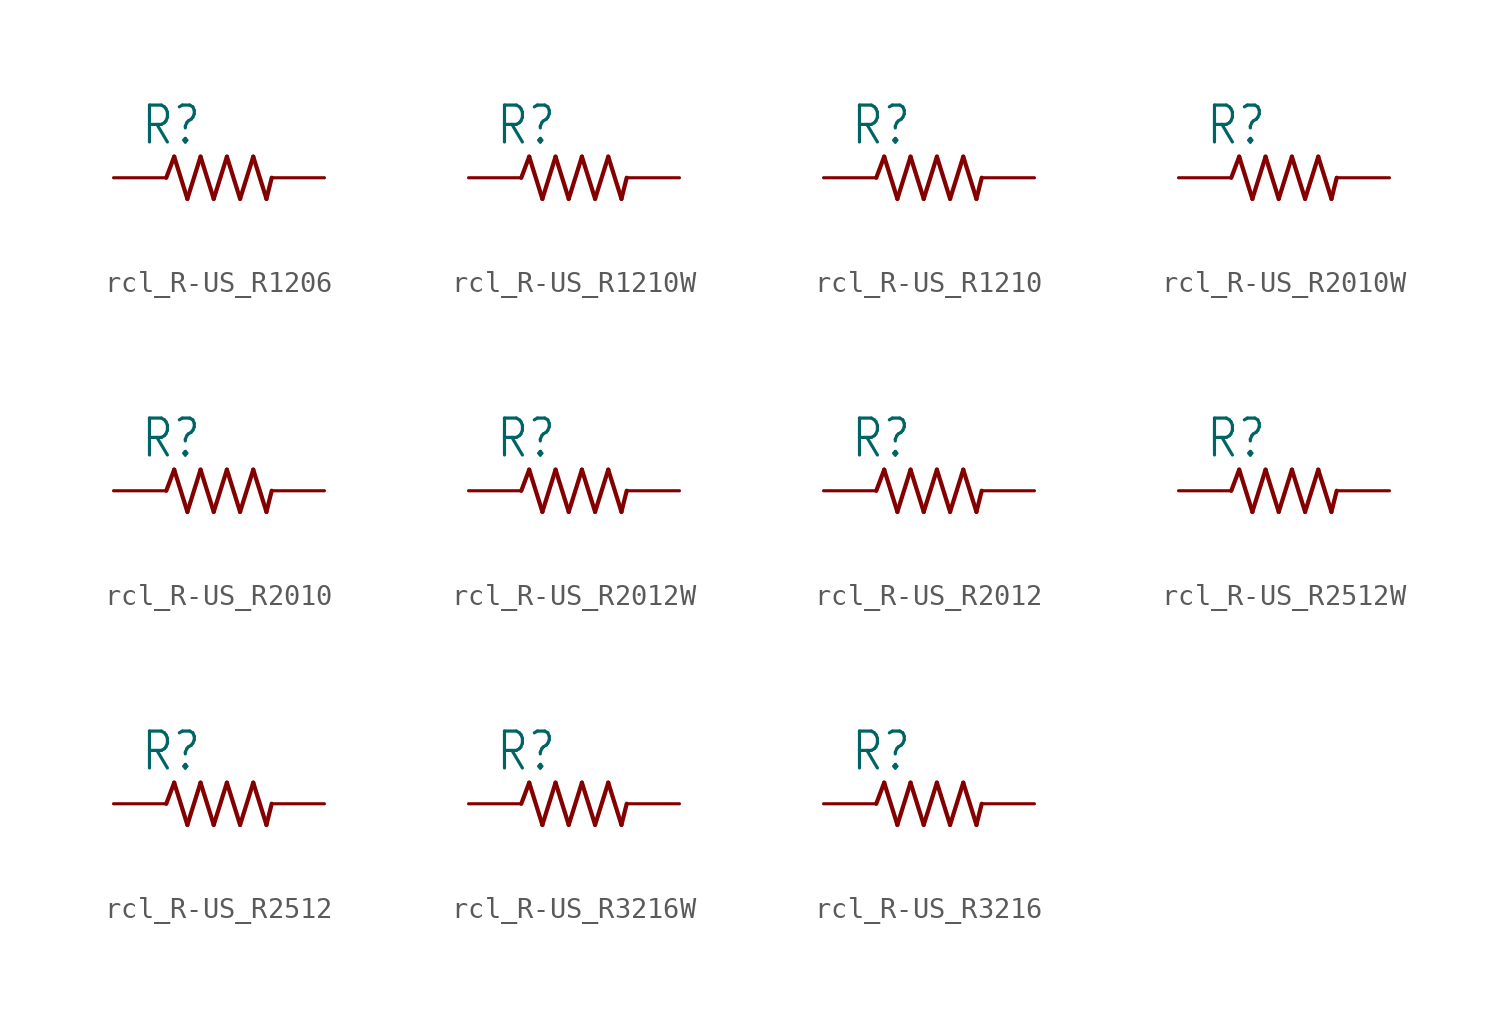
<source format=kicad_sym>
(kicad_symbol_lib
  (version 20231120)
  (generator "kicad_symbol_editor")
  (generator_version "8.0")
  (symbol "rcl_R-US_R1206"
    (property "Reference" "R"
      (at -3.81 1.499 0)
      (effects (font (size 1.778 1.511)) (justify left bottom)))
    (property "Value" ""
      (at -3.81 -3.302 0)
      (effects (font (size 1.778 1.511)) (justify left bottom)))
    (property "ki_locked" ""
      (at 0 0 0)
      (effects (font (size 1.27 1.27))))
    (symbol "rcl_R-US_R1206_1_0"
      (polyline (pts (xy -2.54 0) (xy -2.159 1.016)) (stroke (width 0.203) (type solid)) (fill (type none)))
      (polyline (pts (xy -2.159 1.016) (xy -1.524 -1.016)) (stroke (width 0.203) (type solid)) (fill (type none)))
      (polyline (pts (xy -1.524 -1.016) (xy -0.889 1.016)) (stroke (width 0.203) (type solid)) (fill (type none)))
      (polyline (pts (xy -0.889 1.016) (xy -0.254 -1.016)) (stroke (width 0.203) (type solid)) (fill (type none)))
      (polyline (pts (xy -0.254 -1.016) (xy 0.381 1.016)) (stroke (width 0.203) (type solid)) (fill (type none)))
      (polyline (pts (xy 0.381 1.016) (xy 1.016 -1.016)) (stroke (width 0.203) (type solid)) (fill (type none)))
      (polyline (pts (xy 1.016 -1.016) (xy 1.651 1.016)) (stroke (width 0.203) (type solid)) (fill (type none)))
      (polyline (pts (xy 1.651 1.016) (xy 2.286 -1.016)) (stroke (width 0.203) (type solid)) (fill (type none)))
      (polyline (pts (xy 2.286 -1.016) (xy 2.54 0)) (stroke (width 0.203) (type solid)) (fill (type none)))
      (pin passive line (at -5.08 0 0) (length 2.54) (name "1" (effects (font (size 0 0)))) (number "1" (effects (font (size 0 0)))))
      (pin passive line (at 5.08 0 180) (length 2.54) (name "2" (effects (font (size 0 0)))) (number "2" (effects (font (size 0 0)))))))
  (symbol "rcl_R-US_R1210W"
    (property "Reference" "R"
      (at -3.81 1.499 0)
      (effects (font (size 1.778 1.511)) (justify left bottom)))
    (property "Value" ""
      (at -3.81 -3.302 0)
      (effects (font (size 1.778 1.511)) (justify left bottom)))
    (property "ki_locked" ""
      (at 0 0 0)
      (effects (font (size 1.27 1.27))))
    (symbol "rcl_R-US_R1210W_1_0"
      (polyline (pts (xy -2.54 0) (xy -2.159 1.016)) (stroke (width 0.203) (type solid)) (fill (type none)))
      (polyline (pts (xy -2.159 1.016) (xy -1.524 -1.016)) (stroke (width 0.203) (type solid)) (fill (type none)))
      (polyline (pts (xy -1.524 -1.016) (xy -0.889 1.016)) (stroke (width 0.203) (type solid)) (fill (type none)))
      (polyline (pts (xy -0.889 1.016) (xy -0.254 -1.016)) (stroke (width 0.203) (type solid)) (fill (type none)))
      (polyline (pts (xy -0.254 -1.016) (xy 0.381 1.016)) (stroke (width 0.203) (type solid)) (fill (type none)))
      (polyline (pts (xy 0.381 1.016) (xy 1.016 -1.016)) (stroke (width 0.203) (type solid)) (fill (type none)))
      (polyline (pts (xy 1.016 -1.016) (xy 1.651 1.016)) (stroke (width 0.203) (type solid)) (fill (type none)))
      (polyline (pts (xy 1.651 1.016) (xy 2.286 -1.016)) (stroke (width 0.203) (type solid)) (fill (type none)))
      (polyline (pts (xy 2.286 -1.016) (xy 2.54 0)) (stroke (width 0.203) (type solid)) (fill (type none)))
      (pin passive line (at -5.08 0 0) (length 2.54) (name "1" (effects (font (size 0 0)))) (number "1" (effects (font (size 0 0)))))
      (pin passive line (at 5.08 0 180) (length 2.54) (name "2" (effects (font (size 0 0)))) (number "2" (effects (font (size 0 0)))))))
  (symbol "rcl_R-US_R1210"
    (property "Reference" "R"
      (at -3.81 1.499 0)
      (effects (font (size 1.778 1.511)) (justify left bottom)))
    (property "Value" ""
      (at -3.81 -3.302 0)
      (effects (font (size 1.778 1.511)) (justify left bottom)))
    (property "ki_locked" ""
      (at 0 0 0)
      (effects (font (size 1.27 1.27))))
    (symbol "rcl_R-US_R1210_1_0"
      (polyline (pts (xy -2.54 0) (xy -2.159 1.016)) (stroke (width 0.203) (type solid)) (fill (type none)))
      (polyline (pts (xy -2.159 1.016) (xy -1.524 -1.016)) (stroke (width 0.203) (type solid)) (fill (type none)))
      (polyline (pts (xy -1.524 -1.016) (xy -0.889 1.016)) (stroke (width 0.203) (type solid)) (fill (type none)))
      (polyline (pts (xy -0.889 1.016) (xy -0.254 -1.016)) (stroke (width 0.203) (type solid)) (fill (type none)))
      (polyline (pts (xy -0.254 -1.016) (xy 0.381 1.016)) (stroke (width 0.203) (type solid)) (fill (type none)))
      (polyline (pts (xy 0.381 1.016) (xy 1.016 -1.016)) (stroke (width 0.203) (type solid)) (fill (type none)))
      (polyline (pts (xy 1.016 -1.016) (xy 1.651 1.016)) (stroke (width 0.203) (type solid)) (fill (type none)))
      (polyline (pts (xy 1.651 1.016) (xy 2.286 -1.016)) (stroke (width 0.203) (type solid)) (fill (type none)))
      (polyline (pts (xy 2.286 -1.016) (xy 2.54 0)) (stroke (width 0.203) (type solid)) (fill (type none)))
      (pin passive line (at -5.08 0 0) (length 2.54) (name "1" (effects (font (size 0 0)))) (number "1" (effects (font (size 0 0)))))
      (pin passive line (at 5.08 0 180) (length 2.54) (name "2" (effects (font (size 0 0)))) (number "2" (effects (font (size 0 0)))))))
  (symbol "rcl_R-US_R2010W"
    (property "Reference" "R"
      (at -3.81 1.499 0)
      (effects (font (size 1.778 1.511)) (justify left bottom)))
    (property "Value" ""
      (at -3.81 -3.302 0)
      (effects (font (size 1.778 1.511)) (justify left bottom)))
    (property "ki_locked" ""
      (at 0 0 0)
      (effects (font (size 1.27 1.27))))
    (symbol "rcl_R-US_R2010W_1_0"
      (polyline (pts (xy -2.54 0) (xy -2.159 1.016)) (stroke (width 0.203) (type solid)) (fill (type none)))
      (polyline (pts (xy -2.159 1.016) (xy -1.524 -1.016)) (stroke (width 0.203) (type solid)) (fill (type none)))
      (polyline (pts (xy -1.524 -1.016) (xy -0.889 1.016)) (stroke (width 0.203) (type solid)) (fill (type none)))
      (polyline (pts (xy -0.889 1.016) (xy -0.254 -1.016)) (stroke (width 0.203) (type solid)) (fill (type none)))
      (polyline (pts (xy -0.254 -1.016) (xy 0.381 1.016)) (stroke (width 0.203) (type solid)) (fill (type none)))
      (polyline (pts (xy 0.381 1.016) (xy 1.016 -1.016)) (stroke (width 0.203) (type solid)) (fill (type none)))
      (polyline (pts (xy 1.016 -1.016) (xy 1.651 1.016)) (stroke (width 0.203) (type solid)) (fill (type none)))
      (polyline (pts (xy 1.651 1.016) (xy 2.286 -1.016)) (stroke (width 0.203) (type solid)) (fill (type none)))
      (polyline (pts (xy 2.286 -1.016) (xy 2.54 0)) (stroke (width 0.203) (type solid)) (fill (type none)))
      (pin passive line (at -5.08 0 0) (length 2.54) (name "1" (effects (font (size 0 0)))) (number "1" (effects (font (size 0 0)))))
      (pin passive line (at 5.08 0 180) (length 2.54) (name "2" (effects (font (size 0 0)))) (number "2" (effects (font (size 0 0)))))))
  (symbol "rcl_R-US_R2010"
    (property "Reference" "R"
      (at -3.81 1.499 0)
      (effects (font (size 1.778 1.511)) (justify left bottom)))
    (property "Value" ""
      (at -3.81 -3.302 0)
      (effects (font (size 1.778 1.511)) (justify left bottom)))
    (property "ki_locked" ""
      (at 0 0 0)
      (effects (font (size 1.27 1.27))))
    (symbol "rcl_R-US_R2010_1_0"
      (polyline (pts (xy -2.54 0) (xy -2.159 1.016)) (stroke (width 0.203) (type solid)) (fill (type none)))
      (polyline (pts (xy -2.159 1.016) (xy -1.524 -1.016)) (stroke (width 0.203) (type solid)) (fill (type none)))
      (polyline (pts (xy -1.524 -1.016) (xy -0.889 1.016)) (stroke (width 0.203) (type solid)) (fill (type none)))
      (polyline (pts (xy -0.889 1.016) (xy -0.254 -1.016)) (stroke (width 0.203) (type solid)) (fill (type none)))
      (polyline (pts (xy -0.254 -1.016) (xy 0.381 1.016)) (stroke (width 0.203) (type solid)) (fill (type none)))
      (polyline (pts (xy 0.381 1.016) (xy 1.016 -1.016)) (stroke (width 0.203) (type solid)) (fill (type none)))
      (polyline (pts (xy 1.016 -1.016) (xy 1.651 1.016)) (stroke (width 0.203) (type solid)) (fill (type none)))
      (polyline (pts (xy 1.651 1.016) (xy 2.286 -1.016)) (stroke (width 0.203) (type solid)) (fill (type none)))
      (polyline (pts (xy 2.286 -1.016) (xy 2.54 0)) (stroke (width 0.203) (type solid)) (fill (type none)))
      (pin passive line (at -5.08 0 0) (length 2.54) (name "1" (effects (font (size 0 0)))) (number "1" (effects (font (size 0 0)))))
      (pin passive line (at 5.08 0 180) (length 2.54) (name "2" (effects (font (size 0 0)))) (number "2" (effects (font (size 0 0)))))))
  (symbol "rcl_R-US_R2012W"
    (property "Reference" "R"
      (at -3.81 1.499 0)
      (effects (font (size 1.778 1.511)) (justify left bottom)))
    (property "Value" ""
      (at -3.81 -3.302 0)
      (effects (font (size 1.778 1.511)) (justify left bottom)))
    (property "ki_locked" ""
      (at 0 0 0)
      (effects (font (size 1.27 1.27))))
    (symbol "rcl_R-US_R2012W_1_0"
      (polyline (pts (xy -2.54 0) (xy -2.159 1.016)) (stroke (width 0.203) (type solid)) (fill (type none)))
      (polyline (pts (xy -2.159 1.016) (xy -1.524 -1.016)) (stroke (width 0.203) (type solid)) (fill (type none)))
      (polyline (pts (xy -1.524 -1.016) (xy -0.889 1.016)) (stroke (width 0.203) (type solid)) (fill (type none)))
      (polyline (pts (xy -0.889 1.016) (xy -0.254 -1.016)) (stroke (width 0.203) (type solid)) (fill (type none)))
      (polyline (pts (xy -0.254 -1.016) (xy 0.381 1.016)) (stroke (width 0.203) (type solid)) (fill (type none)))
      (polyline (pts (xy 0.381 1.016) (xy 1.016 -1.016)) (stroke (width 0.203) (type solid)) (fill (type none)))
      (polyline (pts (xy 1.016 -1.016) (xy 1.651 1.016)) (stroke (width 0.203) (type solid)) (fill (type none)))
      (polyline (pts (xy 1.651 1.016) (xy 2.286 -1.016)) (stroke (width 0.203) (type solid)) (fill (type none)))
      (polyline (pts (xy 2.286 -1.016) (xy 2.54 0)) (stroke (width 0.203) (type solid)) (fill (type none)))
      (pin passive line (at -5.08 0 0) (length 2.54) (name "1" (effects (font (size 0 0)))) (number "1" (effects (font (size 0 0)))))
      (pin passive line (at 5.08 0 180) (length 2.54) (name "2" (effects (font (size 0 0)))) (number "2" (effects (font (size 0 0)))))))
  (symbol "rcl_R-US_R2012"
    (property "Reference" "R"
      (at -3.81 1.499 0)
      (effects (font (size 1.778 1.511)) (justify left bottom)))
    (property "Value" ""
      (at -3.81 -3.302 0)
      (effects (font (size 1.778 1.511)) (justify left bottom)))
    (property "ki_locked" ""
      (at 0 0 0)
      (effects (font (size 1.27 1.27))))
    (symbol "rcl_R-US_R2012_1_0"
      (polyline (pts (xy -2.54 0) (xy -2.159 1.016)) (stroke (width 0.203) (type solid)) (fill (type none)))
      (polyline (pts (xy -2.159 1.016) (xy -1.524 -1.016)) (stroke (width 0.203) (type solid)) (fill (type none)))
      (polyline (pts (xy -1.524 -1.016) (xy -0.889 1.016)) (stroke (width 0.203) (type solid)) (fill (type none)))
      (polyline (pts (xy -0.889 1.016) (xy -0.254 -1.016)) (stroke (width 0.203) (type solid)) (fill (type none)))
      (polyline (pts (xy -0.254 -1.016) (xy 0.381 1.016)) (stroke (width 0.203) (type solid)) (fill (type none)))
      (polyline (pts (xy 0.381 1.016) (xy 1.016 -1.016)) (stroke (width 0.203) (type solid)) (fill (type none)))
      (polyline (pts (xy 1.016 -1.016) (xy 1.651 1.016)) (stroke (width 0.203) (type solid)) (fill (type none)))
      (polyline (pts (xy 1.651 1.016) (xy 2.286 -1.016)) (stroke (width 0.203) (type solid)) (fill (type none)))
      (polyline (pts (xy 2.286 -1.016) (xy 2.54 0)) (stroke (width 0.203) (type solid)) (fill (type none)))
      (pin passive line (at -5.08 0 0) (length 2.54) (name "1" (effects (font (size 0 0)))) (number "1" (effects (font (size 0 0)))))
      (pin passive line (at 5.08 0 180) (length 2.54) (name "2" (effects (font (size 0 0)))) (number "2" (effects (font (size 0 0)))))))
  (symbol "rcl_R-US_R2512W"
    (property "Reference" "R"
      (at -3.81 1.499 0)
      (effects (font (size 1.778 1.511)) (justify left bottom)))
    (property "Value" ""
      (at -3.81 -3.302 0)
      (effects (font (size 1.778 1.511)) (justify left bottom)))
    (property "ki_locked" ""
      (at 0 0 0)
      (effects (font (size 1.27 1.27))))
    (symbol "rcl_R-US_R2512W_1_0"
      (polyline (pts (xy -2.54 0) (xy -2.159 1.016)) (stroke (width 0.203) (type solid)) (fill (type none)))
      (polyline (pts (xy -2.159 1.016) (xy -1.524 -1.016)) (stroke (width 0.203) (type solid)) (fill (type none)))
      (polyline (pts (xy -1.524 -1.016) (xy -0.889 1.016)) (stroke (width 0.203) (type solid)) (fill (type none)))
      (polyline (pts (xy -0.889 1.016) (xy -0.254 -1.016)) (stroke (width 0.203) (type solid)) (fill (type none)))
      (polyline (pts (xy -0.254 -1.016) (xy 0.381 1.016)) (stroke (width 0.203) (type solid)) (fill (type none)))
      (polyline (pts (xy 0.381 1.016) (xy 1.016 -1.016)) (stroke (width 0.203) (type solid)) (fill (type none)))
      (polyline (pts (xy 1.016 -1.016) (xy 1.651 1.016)) (stroke (width 0.203) (type solid)) (fill (type none)))
      (polyline (pts (xy 1.651 1.016) (xy 2.286 -1.016)) (stroke (width 0.203) (type solid)) (fill (type none)))
      (polyline (pts (xy 2.286 -1.016) (xy 2.54 0)) (stroke (width 0.203) (type solid)) (fill (type none)))
      (pin passive line (at -5.08 0 0) (length 2.54) (name "1" (effects (font (size 0 0)))) (number "1" (effects (font (size 0 0)))))
      (pin passive line (at 5.08 0 180) (length 2.54) (name "2" (effects (font (size 0 0)))) (number "2" (effects (font (size 0 0)))))))
  (symbol "rcl_R-US_R2512"
    (property "Reference" "R"
      (at -3.81 1.499 0)
      (effects (font (size 1.778 1.511)) (justify left bottom)))
    (property "Value" ""
      (at -3.81 -3.302 0)
      (effects (font (size 1.778 1.511)) (justify left bottom)))
    (property "ki_locked" ""
      (at 0 0 0)
      (effects (font (size 1.27 1.27))))
    (symbol "rcl_R-US_R2512_1_0"
      (polyline (pts (xy -2.54 0) (xy -2.159 1.016)) (stroke (width 0.203) (type solid)) (fill (type none)))
      (polyline (pts (xy -2.159 1.016) (xy -1.524 -1.016)) (stroke (width 0.203) (type solid)) (fill (type none)))
      (polyline (pts (xy -1.524 -1.016) (xy -0.889 1.016)) (stroke (width 0.203) (type solid)) (fill (type none)))
      (polyline (pts (xy -0.889 1.016) (xy -0.254 -1.016)) (stroke (width 0.203) (type solid)) (fill (type none)))
      (polyline (pts (xy -0.254 -1.016) (xy 0.381 1.016)) (stroke (width 0.203) (type solid)) (fill (type none)))
      (polyline (pts (xy 0.381 1.016) (xy 1.016 -1.016)) (stroke (width 0.203) (type solid)) (fill (type none)))
      (polyline (pts (xy 1.016 -1.016) (xy 1.651 1.016)) (stroke (width 0.203) (type solid)) (fill (type none)))
      (polyline (pts (xy 1.651 1.016) (xy 2.286 -1.016)) (stroke (width 0.203) (type solid)) (fill (type none)))
      (polyline (pts (xy 2.286 -1.016) (xy 2.54 0)) (stroke (width 0.203) (type solid)) (fill (type none)))
      (pin passive line (at -5.08 0 0) (length 2.54) (name "1" (effects (font (size 0 0)))) (number "1" (effects (font (size 0 0)))))
      (pin passive line (at 5.08 0 180) (length 2.54) (name "2" (effects (font (size 0 0)))) (number "2" (effects (font (size 0 0)))))))
  (symbol "rcl_R-US_R3216W"
    (property "Reference" "R"
      (at -3.81 1.499 0)
      (effects (font (size 1.778 1.511)) (justify left bottom)))
    (property "Value" ""
      (at -3.81 -3.302 0)
      (effects (font (size 1.778 1.511)) (justify left bottom)))
    (property "ki_locked" ""
      (at 0 0 0)
      (effects (font (size 1.27 1.27))))
    (symbol "rcl_R-US_R3216W_1_0"
      (polyline (pts (xy -2.54 0) (xy -2.159 1.016)) (stroke (width 0.203) (type solid)) (fill (type none)))
      (polyline (pts (xy -2.159 1.016) (xy -1.524 -1.016)) (stroke (width 0.203) (type solid)) (fill (type none)))
      (polyline (pts (xy -1.524 -1.016) (xy -0.889 1.016)) (stroke (width 0.203) (type solid)) (fill (type none)))
      (polyline (pts (xy -0.889 1.016) (xy -0.254 -1.016)) (stroke (width 0.203) (type solid)) (fill (type none)))
      (polyline (pts (xy -0.254 -1.016) (xy 0.381 1.016)) (stroke (width 0.203) (type solid)) (fill (type none)))
      (polyline (pts (xy 0.381 1.016) (xy 1.016 -1.016)) (stroke (width 0.203) (type solid)) (fill (type none)))
      (polyline (pts (xy 1.016 -1.016) (xy 1.651 1.016)) (stroke (width 0.203) (type solid)) (fill (type none)))
      (polyline (pts (xy 1.651 1.016) (xy 2.286 -1.016)) (stroke (width 0.203) (type solid)) (fill (type none)))
      (polyline (pts (xy 2.286 -1.016) (xy 2.54 0)) (stroke (width 0.203) (type solid)) (fill (type none)))
      (pin passive line (at -5.08 0 0) (length 2.54) (name "1" (effects (font (size 0 0)))) (number "1" (effects (font (size 0 0)))))
      (pin passive line (at 5.08 0 180) (length 2.54) (name "2" (effects (font (size 0 0)))) (number "2" (effects (font (size 0 0)))))))
  (symbol "rcl_R-US_R3216"
    (property "Reference" "R"
      (at -3.81 1.499 0)
      (effects (font (size 1.778 1.511)) (justify left bottom)))
    (property "Value" ""
      (at -3.81 -3.302 0)
      (effects (font (size 1.778 1.511)) (justify left bottom)))
    (property "ki_locked" ""
      (at 0 0 0)
      (effects (font (size 1.27 1.27))))
    (symbol "rcl_R-US_R3216_1_0"
      (polyline (pts (xy -2.54 0) (xy -2.159 1.016)) (stroke (width 0.203) (type solid)) (fill (type none)))
      (polyline (pts (xy -2.159 1.016) (xy -1.524 -1.016)) (stroke (width 0.203) (type solid)) (fill (type none)))
      (polyline (pts (xy -1.524 -1.016) (xy -0.889 1.016)) (stroke (width 0.203) (type solid)) (fill (type none)))
      (polyline (pts (xy -0.889 1.016) (xy -0.254 -1.016)) (stroke (width 0.203) (type solid)) (fill (type none)))
      (polyline (pts (xy -0.254 -1.016) (xy 0.381 1.016)) (stroke (width 0.203) (type solid)) (fill (type none)))
      (polyline (pts (xy 0.381 1.016) (xy 1.016 -1.016)) (stroke (width 0.203) (type solid)) (fill (type none)))
      (polyline (pts (xy 1.016 -1.016) (xy 1.651 1.016)) (stroke (width 0.203) (type solid)) (fill (type none)))
      (polyline (pts (xy 1.651 1.016) (xy 2.286 -1.016)) (stroke (width 0.203) (type solid)) (fill (type none)))
      (polyline (pts (xy 2.286 -1.016) (xy 2.54 0)) (stroke (width 0.203) (type solid)) (fill (type none)))
      (pin passive line (at -5.08 0 0) (length 2.54) (name "1" (effects (font (size 0 0)))) (number "1" (effects (font (size 0 0)))))
      (pin passive line (at 5.08 0 180) (length 2.54) (name "2" (effects (font (size 0 0)))) (number "2" (effects (font (size 0 0))))))))
</source>
